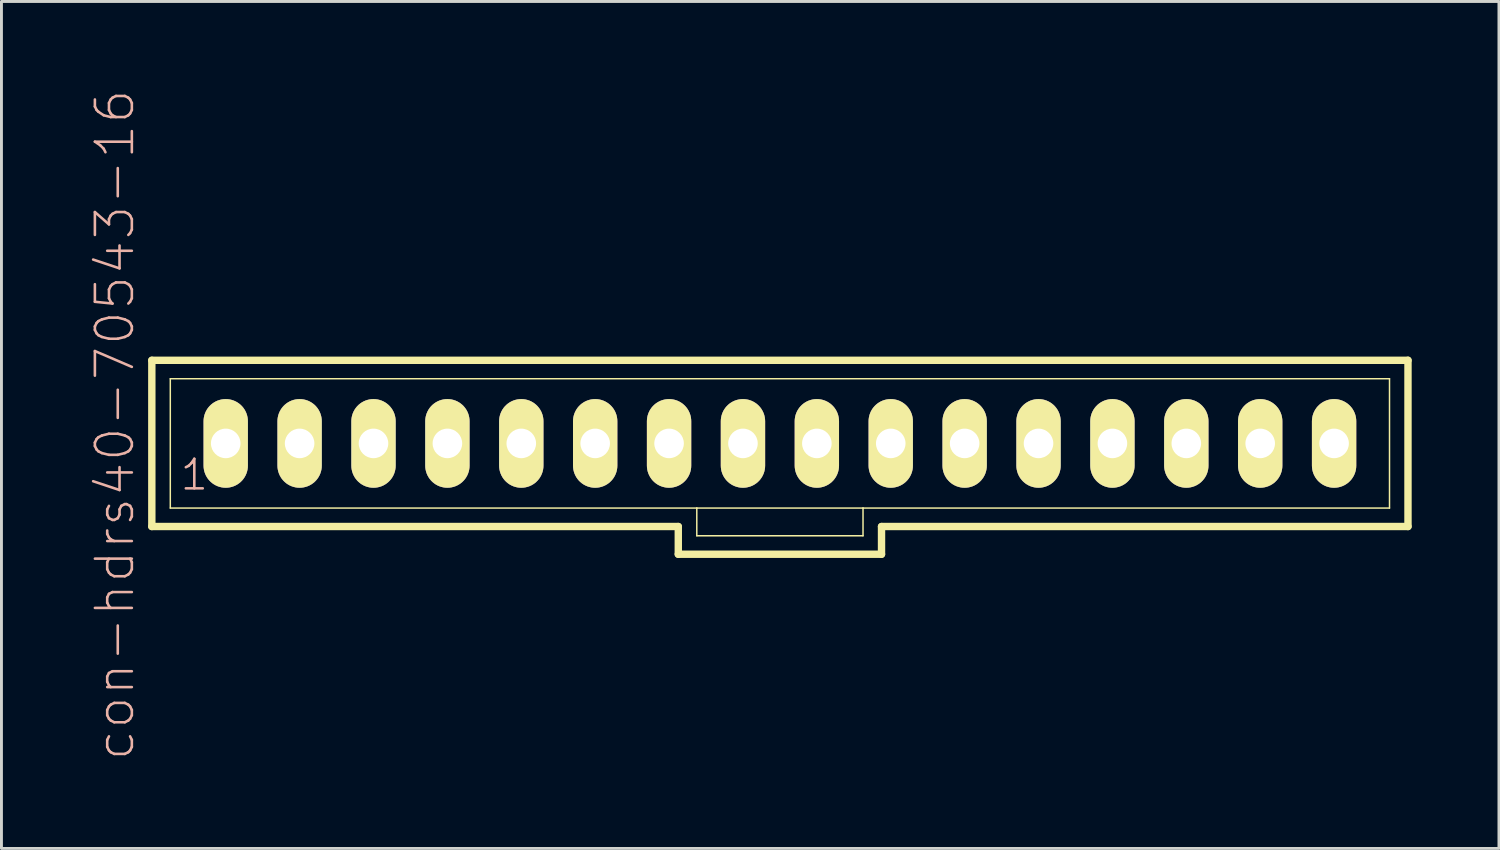
<source format=kicad_pcb>
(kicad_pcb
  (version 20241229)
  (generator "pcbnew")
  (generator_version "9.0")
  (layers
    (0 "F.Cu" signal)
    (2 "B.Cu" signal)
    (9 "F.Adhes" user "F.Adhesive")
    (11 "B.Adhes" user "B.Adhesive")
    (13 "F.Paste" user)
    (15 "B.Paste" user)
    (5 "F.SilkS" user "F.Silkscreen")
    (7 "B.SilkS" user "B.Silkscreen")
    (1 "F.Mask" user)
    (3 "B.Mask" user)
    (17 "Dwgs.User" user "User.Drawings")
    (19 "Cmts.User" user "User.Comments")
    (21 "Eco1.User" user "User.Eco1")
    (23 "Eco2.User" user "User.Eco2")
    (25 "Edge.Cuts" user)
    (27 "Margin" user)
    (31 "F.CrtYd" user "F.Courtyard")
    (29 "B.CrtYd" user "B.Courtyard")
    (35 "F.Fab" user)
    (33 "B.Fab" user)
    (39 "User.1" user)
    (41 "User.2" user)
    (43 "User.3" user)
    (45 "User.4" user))
  (footprint "con-hdrs40-70543-16"
    (layer "F.Cu")
    (at 23.759 12.192)
    (property "Reference" "con-hdrs40-70543-16" (at -22.86 -0.635 90) (layer "B.SilkS") (effects (font (size 1.27 1.27) (thickness 0.089))))
    (attr exclude_from_pos_files exclude_from_bom)
    (fp_line (start -21.59 -2.857) (end -21.59 2.857) (stroke (width 0.254) (type solid)) (layer "F.SilkS"))
    (fp_line (start -21.59 2.857) (end -3.493 2.857) (stroke (width 0.254) (type solid)) (layer "F.SilkS"))
    (fp_line (start -20.955 -2.223) (end -20.955 2.223) (stroke (width 0.051) (type solid)) (layer "F.SilkS"))
    (fp_line (start -20.955 -2.223) (end 20.955 -2.223) (stroke (width 0.051) (type solid)) (layer "F.SilkS"))
    (fp_line (start -20.955 2.223) (end -2.857 2.223) (stroke (width 0.051) (type solid)) (layer "F.SilkS"))
    (fp_line (start -19.286 -0.236) (end -18.811 -0.236) (stroke (width 0.066) (type solid)) (layer "F.SilkS"))
    (fp_line (start -19.286 0.236) (end -19.286 -0.236) (stroke (width 0.066) (type solid)) (layer "F.SilkS"))
    (fp_line (start -19.286 0.236) (end -18.811 0.236) (stroke (width 0.066) (type solid)) (layer "F.SilkS"))
    (fp_line (start -18.811 0.236) (end -18.811 -0.236) (stroke (width 0.066) (type solid)) (layer "F.SilkS"))
    (fp_line (start -16.746 -0.236) (end -16.271 -0.236) (stroke (width 0.066) (type solid)) (layer "F.SilkS"))
    (fp_line (start -16.746 0.236) (end -16.746 -0.236) (stroke (width 0.066) (type solid)) (layer "F.SilkS"))
    (fp_line (start -16.746 0.236) (end -16.271 0.236) (stroke (width 0.066) (type solid)) (layer "F.SilkS"))
    (fp_line (start -16.271 0.236) (end -16.271 -0.236) (stroke (width 0.066) (type solid)) (layer "F.SilkS"))
    (fp_line (start -14.206 -0.236) (end -13.731 -0.236) (stroke (width 0.066) (type solid)) (layer "F.SilkS"))
    (fp_line (start -14.206 0.236) (end -14.206 -0.236) (stroke (width 0.066) (type solid)) (layer "F.SilkS"))
    (fp_line (start -14.206 0.236) (end -13.731 0.236) (stroke (width 0.066) (type solid)) (layer "F.SilkS"))
    (fp_line (start -13.731 0.236) (end -13.731 -0.236) (stroke (width 0.066) (type solid)) (layer "F.SilkS"))
    (fp_line (start -11.666 -0.236) (end -11.191 -0.236) (stroke (width 0.066) (type solid)) (layer "F.SilkS"))
    (fp_line (start -11.666 0.236) (end -11.666 -0.236) (stroke (width 0.066) (type solid)) (layer "F.SilkS"))
    (fp_line (start -11.666 0.236) (end -11.191 0.236) (stroke (width 0.066) (type solid)) (layer "F.SilkS"))
    (fp_line (start -11.191 0.236) (end -11.191 -0.236) (stroke (width 0.066) (type solid)) (layer "F.SilkS"))
    (fp_line (start -9.126 -0.236) (end -8.651 -0.236) (stroke (width 0.066) (type solid)) (layer "F.SilkS"))
    (fp_line (start -9.126 0.236) (end -9.126 -0.236) (stroke (width 0.066) (type solid)) (layer "F.SilkS"))
    (fp_line (start -9.126 0.236) (end -8.651 0.236) (stroke (width 0.066) (type solid)) (layer "F.SilkS"))
    (fp_line (start -8.651 0.236) (end -8.651 -0.236) (stroke (width 0.066) (type solid)) (layer "F.SilkS"))
    (fp_line (start -6.586 -0.236) (end -6.111 -0.236) (stroke (width 0.066) (type solid)) (layer "F.SilkS"))
    (fp_line (start -6.586 0.236) (end -6.586 -0.236) (stroke (width 0.066) (type solid)) (layer "F.SilkS"))
    (fp_line (start -6.586 0.236) (end -6.111 0.236) (stroke (width 0.066) (type solid)) (layer "F.SilkS"))
    (fp_line (start -6.111 0.236) (end -6.111 -0.236) (stroke (width 0.066) (type solid)) (layer "F.SilkS"))
    (fp_line (start -4.046 -0.236) (end -3.571 -0.236) (stroke (width 0.066) (type solid)) (layer "F.SilkS"))
    (fp_line (start -4.046 0.236) (end -4.046 -0.236) (stroke (width 0.066) (type solid)) (layer "F.SilkS"))
    (fp_line (start -4.046 0.236) (end -3.571 0.236) (stroke (width 0.066) (type solid)) (layer "F.SilkS"))
    (fp_line (start -3.571 0.236) (end -3.571 -0.236) (stroke (width 0.066) (type solid)) (layer "F.SilkS"))
    (fp_line (start -3.493 2.857) (end -3.493 3.81) (stroke (width 0.254) (type solid)) (layer "F.SilkS"))
    (fp_line (start -3.493 3.81) (end 3.493 3.81) (stroke (width 0.254) (type solid)) (layer "F.SilkS"))
    (fp_line (start -2.857 2.223) (end -2.857 3.175) (stroke (width 0.051) (type solid)) (layer "F.SilkS"))
    (fp_line (start -2.857 2.223) (end 2.857 2.223) (stroke (width 0.051) (type solid)) (layer "F.SilkS"))
    (fp_line (start -1.506 -0.236) (end -1.031 -0.236) (stroke (width 0.066) (type solid)) (layer "F.SilkS"))
    (fp_line (start -1.506 0.236) (end -1.506 -0.236) (stroke (width 0.066) (type solid)) (layer "F.SilkS"))
    (fp_line (start -1.506 0.236) (end -1.031 0.236) (stroke (width 0.066) (type solid)) (layer "F.SilkS"))
    (fp_line (start -1.031 0.236) (end -1.031 -0.236) (stroke (width 0.066) (type solid)) (layer "F.SilkS"))
    (fp_line (start 1.031 -0.236) (end 1.506 -0.236) (stroke (width 0.066) (type solid)) (layer "F.SilkS"))
    (fp_line (start 1.031 0.236) (end 1.031 -0.236) (stroke (width 0.066) (type solid)) (layer "F.SilkS"))
    (fp_line (start 1.031 0.236) (end 1.506 0.236) (stroke (width 0.066) (type solid)) (layer "F.SilkS"))
    (fp_line (start 1.506 0.236) (end 1.506 -0.236) (stroke (width 0.066) (type solid)) (layer "F.SilkS"))
    (fp_line (start 2.857 2.223) (end 2.857 3.175) (stroke (width 0.051) (type solid)) (layer "F.SilkS"))
    (fp_line (start 2.857 2.223) (end 20.955 2.223) (stroke (width 0.051) (type solid)) (layer "F.SilkS"))
    (fp_line (start 2.857 3.175) (end -2.857 3.175) (stroke (width 0.051) (type solid)) (layer "F.SilkS"))
    (fp_line (start 3.493 2.857) (end 21.59 2.857) (stroke (width 0.254) (type solid)) (layer "F.SilkS"))
    (fp_line (start 3.493 3.81) (end 3.493 2.857) (stroke (width 0.254) (type solid)) (layer "F.SilkS"))
    (fp_line (start 3.571 -0.236) (end 4.046 -0.236) (stroke (width 0.066) (type solid)) (layer "F.SilkS"))
    (fp_line (start 3.571 0.236) (end 3.571 -0.236) (stroke (width 0.066) (type solid)) (layer "F.SilkS"))
    (fp_line (start 3.571 0.236) (end 4.046 0.236) (stroke (width 0.066) (type solid)) (layer "F.SilkS"))
    (fp_line (start 4.046 0.236) (end 4.046 -0.236) (stroke (width 0.066) (type solid)) (layer "F.SilkS"))
    (fp_line (start 6.111 -0.236) (end 6.586 -0.236) (stroke (width 0.066) (type solid)) (layer "F.SilkS"))
    (fp_line (start 6.111 0.236) (end 6.111 -0.236) (stroke (width 0.066) (type solid)) (layer "F.SilkS"))
    (fp_line (start 6.111 0.236) (end 6.586 0.236) (stroke (width 0.066) (type solid)) (layer "F.SilkS"))
    (fp_line (start 6.586 0.236) (end 6.586 -0.236) (stroke (width 0.066) (type solid)) (layer "F.SilkS"))
    (fp_line (start 8.651 -0.236) (end 9.126 -0.236) (stroke (width 0.066) (type solid)) (layer "F.SilkS"))
    (fp_line (start 8.651 0.236) (end 8.651 -0.236) (stroke (width 0.066) (type solid)) (layer "F.SilkS"))
    (fp_line (start 8.651 0.236) (end 9.126 0.236) (stroke (width 0.066) (type solid)) (layer "F.SilkS"))
    (fp_line (start 9.126 0.236) (end 9.126 -0.236) (stroke (width 0.066) (type solid)) (layer "F.SilkS"))
    (fp_line (start 11.191 -0.236) (end 11.666 -0.236) (stroke (width 0.066) (type solid)) (layer "F.SilkS"))
    (fp_line (start 11.191 0.236) (end 11.191 -0.236) (stroke (width 0.066) (type solid)) (layer "F.SilkS"))
    (fp_line (start 11.191 0.236) (end 11.666 0.236) (stroke (width 0.066) (type solid)) (layer "F.SilkS"))
    (fp_line (start 11.666 0.236) (end 11.666 -0.236) (stroke (width 0.066) (type solid)) (layer "F.SilkS"))
    (fp_line (start 13.731 -0.236) (end 14.206 -0.236) (stroke (width 0.066) (type solid)) (layer "F.SilkS"))
    (fp_line (start 13.731 0.236) (end 13.731 -0.236) (stroke (width 0.066) (type solid)) (layer "F.SilkS"))
    (fp_line (start 13.731 0.236) (end 14.206 0.236) (stroke (width 0.066) (type solid)) (layer "F.SilkS"))
    (fp_line (start 14.206 0.236) (end 14.206 -0.236) (stroke (width 0.066) (type solid)) (layer "F.SilkS"))
    (fp_line (start 16.271 -0.236) (end 16.746 -0.236) (stroke (width 0.066) (type solid)) (layer "F.SilkS"))
    (fp_line (start 16.271 0.236) (end 16.271 -0.236) (stroke (width 0.066) (type solid)) (layer "F.SilkS"))
    (fp_line (start 16.271 0.236) (end 16.746 0.236) (stroke (width 0.066) (type solid)) (layer "F.SilkS"))
    (fp_line (start 16.746 0.236) (end 16.746 -0.236) (stroke (width 0.066) (type solid)) (layer "F.SilkS"))
    (fp_line (start 18.811 -0.236) (end 19.286 -0.236) (stroke (width 0.066) (type solid)) (layer "F.SilkS"))
    (fp_line (start 18.811 0.236) (end 18.811 -0.236) (stroke (width 0.066) (type solid)) (layer "F.SilkS"))
    (fp_line (start 18.811 0.236) (end 19.286 0.236) (stroke (width 0.066) (type solid)) (layer "F.SilkS"))
    (fp_line (start 19.286 0.236) (end 19.286 -0.236) (stroke (width 0.066) (type solid)) (layer "F.SilkS"))
    (fp_line (start 20.955 -2.223) (end 20.955 2.223) (stroke (width 0.051) (type solid)) (layer "F.SilkS"))
    (fp_line (start 21.59 -2.857) (end -21.59 -2.857) (stroke (width 0.254) (type solid)) (layer "F.SilkS"))
    (fp_line (start 21.59 2.857) (end 21.59 -2.857) (stroke (width 0.254) (type solid)) (layer "F.SilkS"))
    (fp_text user "1" (at -20.13 1.079 0) (layer "B.SilkS") (effects (font (size 1.016 1.016) (thickness 0.089))))
    (pad "1" thru_hole oval (at -19.05 0) (size 1.524 3.048) (drill 1.016) (layers "*.Cu" "F.Mask" "F.SilkS" "F.Paste"))
    (pad "2" thru_hole oval (at -16.51 0) (size 1.524 3.048) (drill 1.016) (layers "*.Cu" "F.Mask" "F.SilkS" "F.Paste"))
    (pad "3" thru_hole oval (at -13.97 0) (size 1.524 3.048) (drill 1.016) (layers "*.Cu" "F.Mask" "F.SilkS" "F.Paste"))
    (pad "4" thru_hole oval (at -11.43 0) (size 1.524 3.048) (drill 1.016) (layers "*.Cu" "F.Mask" "F.SilkS" "F.Paste"))
    (pad "5" thru_hole oval (at -8.89 0) (size 1.524 3.048) (drill 1.016) (layers "*.Cu" "F.Mask" "F.SilkS" "F.Paste"))
    (pad "6" thru_hole oval (at -6.35 0) (size 1.524 3.048) (drill 1.016) (layers "*.Cu" "F.Mask" "F.SilkS" "F.Paste"))
    (pad "7" thru_hole oval (at -3.81 0) (size 1.524 3.048) (drill 1.016) (layers "*.Cu" "F.Mask" "F.SilkS" "F.Paste"))
    (pad "8" thru_hole oval (at -1.27 0) (size 1.524 3.048) (drill 1.016) (layers "*.Cu" "F.Mask" "F.SilkS" "F.Paste"))
    (pad "9" thru_hole oval (at 1.27 0) (size 1.524 3.048) (drill 1.016) (layers "*.Cu" "F.Mask" "F.SilkS" "F.Paste"))
    (pad "10" thru_hole oval (at 3.81 0) (size 1.524 3.048) (drill 1.016) (layers "*.Cu" "F.Mask" "F.SilkS" "F.Paste"))
    (pad "11" thru_hole oval (at 6.35 0) (size 1.524 3.048) (drill 1.016) (layers "*.Cu" "F.Mask" "F.SilkS" "F.Paste"))
    (pad "12" thru_hole oval (at 8.89 0) (size 1.524 3.048) (drill 1.016) (layers "*.Cu" "F.Mask" "F.SilkS" "F.Paste"))
    (pad "13" thru_hole oval (at 11.43 0) (size 1.524 3.048) (drill 1.016) (layers "*.Cu" "F.Mask" "F.SilkS" "F.Paste"))
    (pad "14" thru_hole oval (at 13.97 0) (size 1.524 3.048) (drill 1.016) (layers "*.Cu" "F.Mask" "F.SilkS" "F.Paste"))
    (pad "15" thru_hole oval (at 16.51 0) (size 1.524 3.048) (drill 1.016) (layers "*.Cu" "F.Mask" "F.SilkS" "F.Paste"))
    (pad "16" thru_hole oval (at 19.05 0) (size 1.524 3.048) (drill 1.016) (layers "*.Cu" "F.Mask" "F.SilkS" "F.Paste")))
  (gr_rect
    (start -3 -3)
    (end 48.476 26.115)
    (stroke (width 0.1) (type default))
    (fill no)
    (layer "Edge.Cuts")))
</source>
